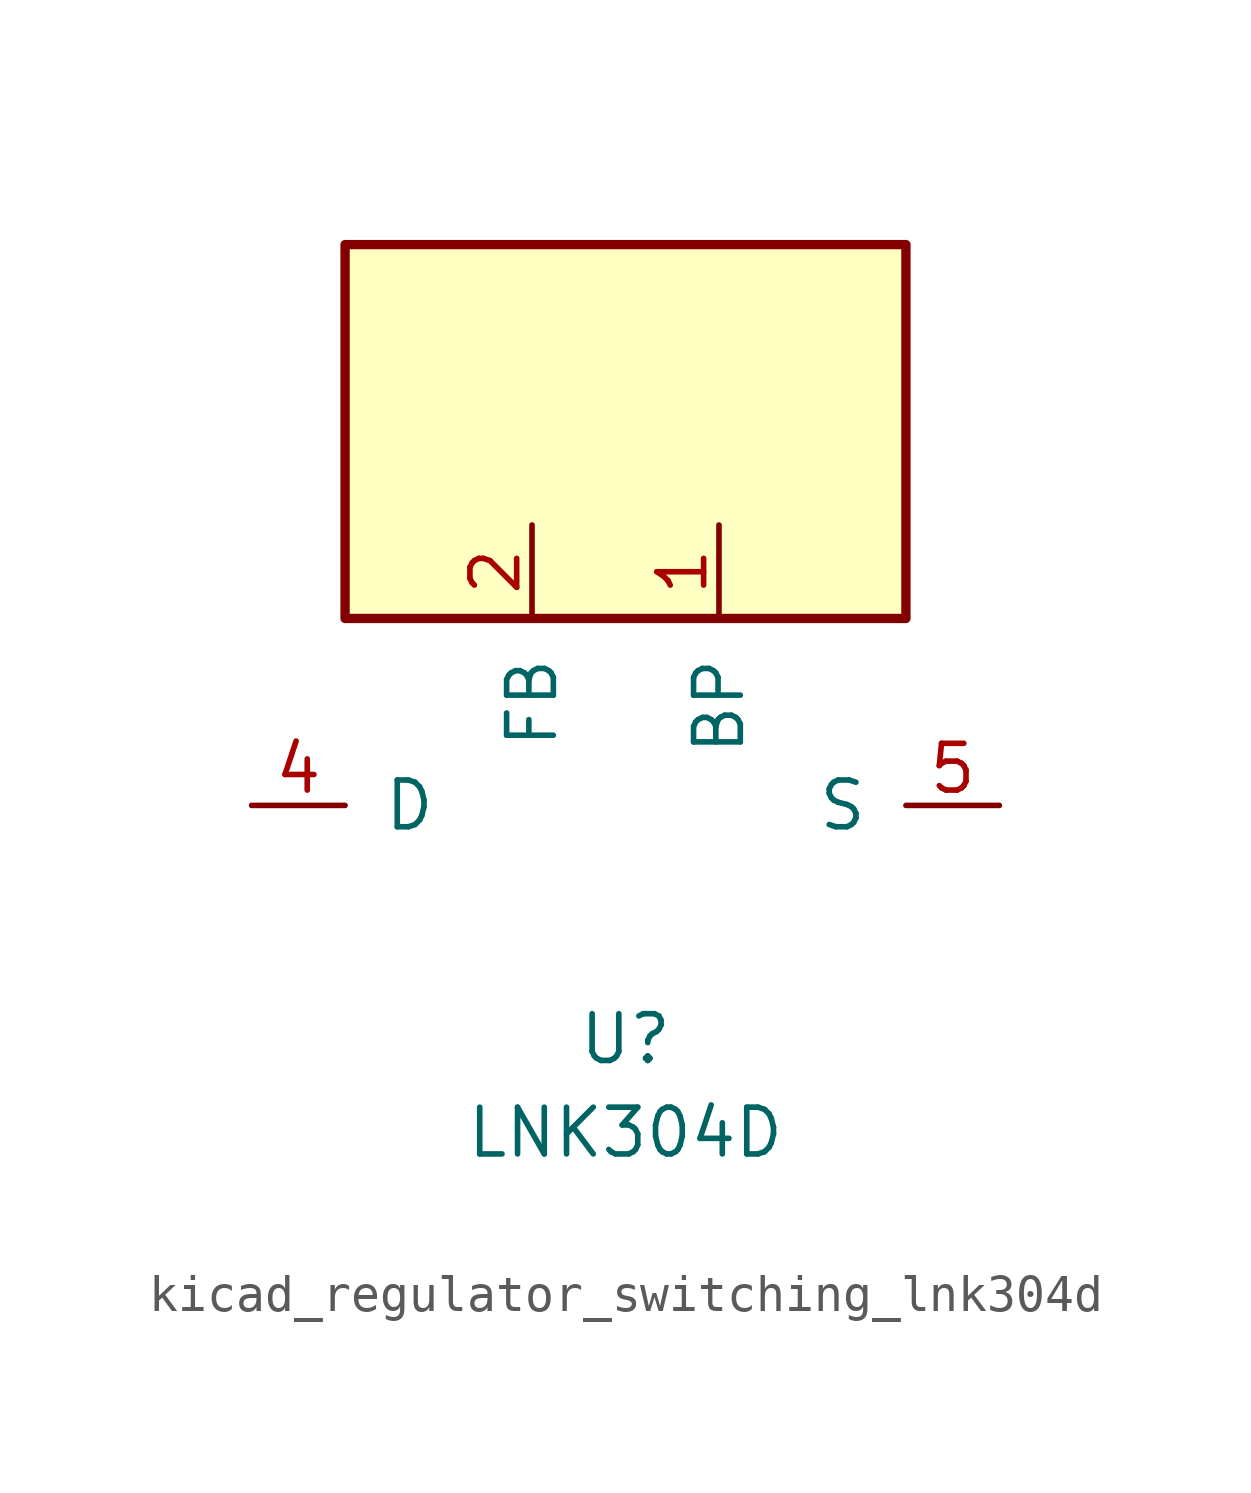
<source format=kicad_sym>
(kicad_symbol_lib
  (version 20220914)
  (generator kicad_symbol_editor)
  (symbol "kicad_regulator_switching_lnk304d"
    (pin_names
      (offset 1.016))
    (property "Reference" "U"
      (at 0 -6.35 0)
      (effects (font (size 1.27 1.27))))
    (property "Value" "LNK304D"
      (at 0 -8.89 0)
      (effects (font (size 1.27 1.27))))
    (symbol "kicad_regulator_switching_lnk304d_0_1"
      (rectangle (start 7.62 15.24) (end -7.62 5.08) (stroke (width 0.254) (type default)) (fill (type background))))
    (symbol "kicad_regulator_switching_lnk304d_1_1"
      (pin input line (at 2.54 7.62 270) (length 2.54) (name "BP" (effects (font (size 1.27 1.27)))) (number "1" (effects (font (size 1.27 1.27)))))
      (pin input line (at -2.54 7.62 270) (length 2.54) (name "FB" (effects (font (size 1.27 1.27)))) (number "2" (effects (font (size 1.27 1.27)))))
      (pin open_collector line (at -10.16 0 0) (length 2.54) (name "D" (effects (font (size 1.27 1.27)))) (number "4" (effects (font (size 1.27 1.27)))))
      (pin power_in line (at 10.16 0 180) (length 2.54) (name "S" (effects (font (size 1.27 1.27)))) (number "5" (effects (font (size 1.27 1.27)))))
      (pin passive line (at 10.16 0 180) (length 2.54) hide (name "S" (effects (font (size 1.27 1.27)))) (number "6" (effects (font (size 1.27 1.27)))))
      (pin passive line (at 10.16 0 180) (length 2.54) hide (name "S" (effects (font (size 1.27 1.27)))) (number "7" (effects (font (size 1.27 1.27)))))
      (pin passive line (at 10.16 0 180) (length 2.54) hide (name "S" (effects (font (size 1.27 1.27)))) (number "8" (effects (font (size 1.27 1.27))))))))
</source>
